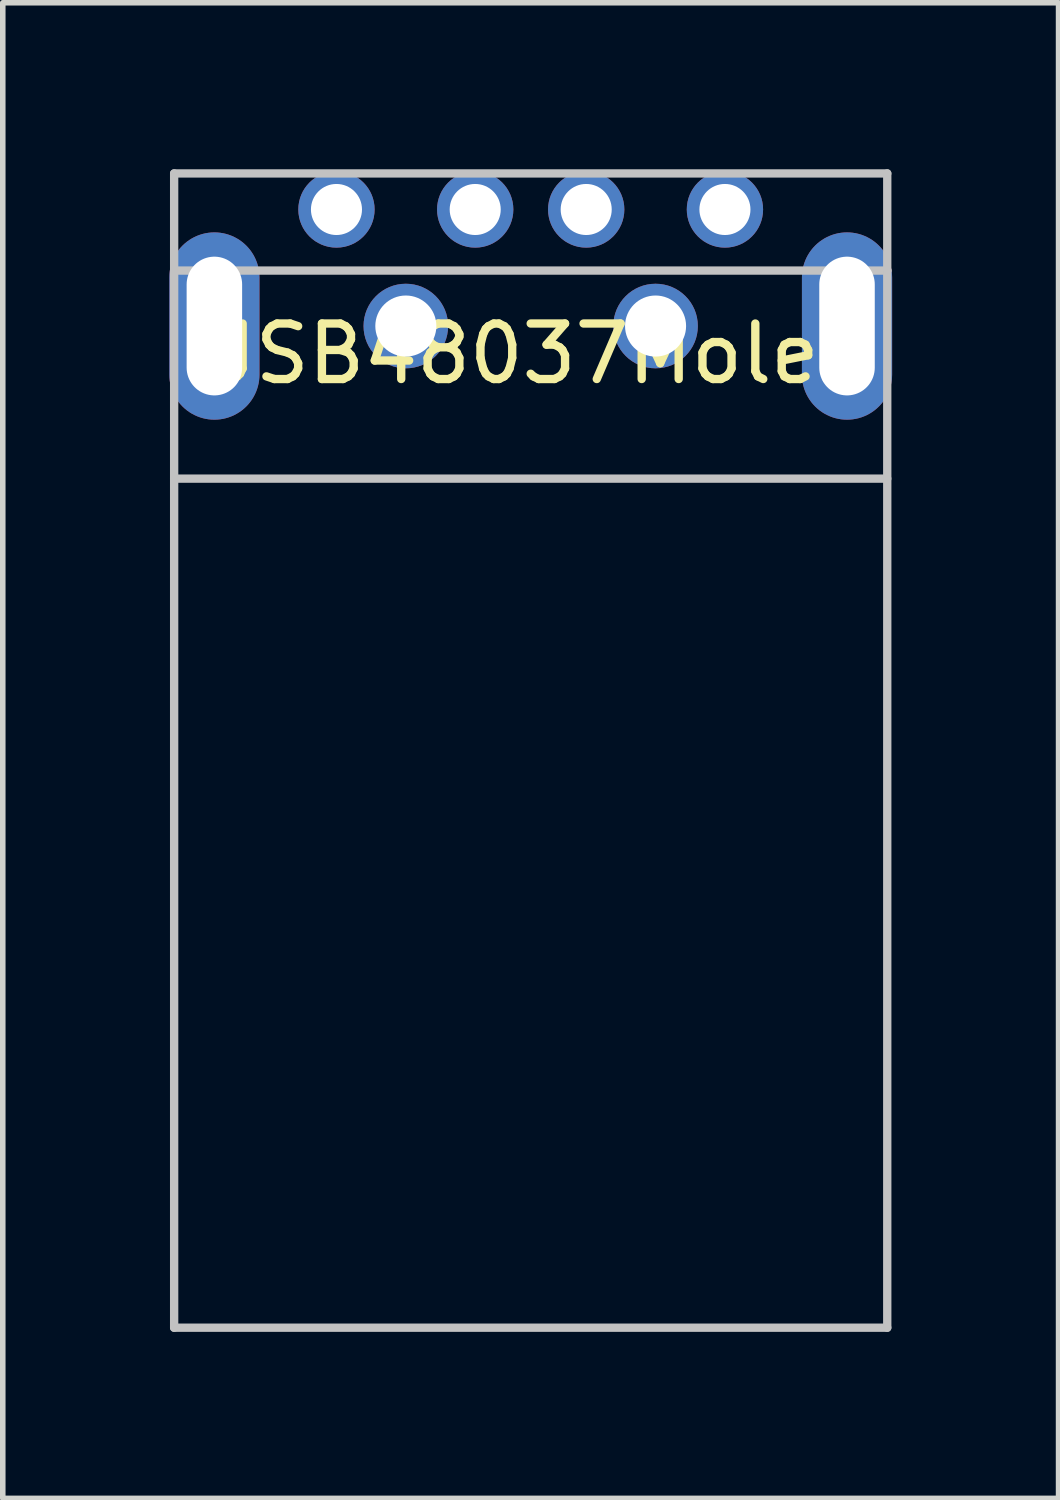
<source format=kicad_pcb>
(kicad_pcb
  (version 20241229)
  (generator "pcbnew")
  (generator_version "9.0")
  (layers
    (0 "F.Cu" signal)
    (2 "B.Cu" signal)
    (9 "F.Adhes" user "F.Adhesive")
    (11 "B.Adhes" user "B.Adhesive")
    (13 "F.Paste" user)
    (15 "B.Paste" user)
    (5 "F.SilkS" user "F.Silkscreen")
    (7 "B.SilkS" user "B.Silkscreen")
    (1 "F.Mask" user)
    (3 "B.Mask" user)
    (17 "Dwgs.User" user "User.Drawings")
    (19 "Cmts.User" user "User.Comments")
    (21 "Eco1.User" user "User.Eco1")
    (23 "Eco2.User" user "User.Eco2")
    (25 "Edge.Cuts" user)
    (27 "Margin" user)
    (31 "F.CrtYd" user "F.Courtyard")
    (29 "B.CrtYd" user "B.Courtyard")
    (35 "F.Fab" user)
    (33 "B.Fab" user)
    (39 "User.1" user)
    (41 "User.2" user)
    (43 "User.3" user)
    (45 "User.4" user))
  (footprint "USB48037Molex"
    (layer "F.Cu")
    (at 6.513 2.825)
    (property "Reference" "USB48037Molex" (at 0 0.5 0) (layer "F.SilkS") (effects (font (size 1 1) (thickness 0.15))))
    (attr through_hole)
    (fp_line (start -6.425 -2.75) (end -6.425 -1) (stroke (width 0.15) (type solid)) (layer "Dwgs.User"))
    (fp_line (start -6.425 -2.75) (end 6.425 -2.75) (stroke (width 0.15) (type solid)) (layer "Dwgs.User"))
    (fp_line (start -6.425 -1) (end -6.425 18.05) (stroke (width 0.15) (type solid)) (layer "Dwgs.User"))
    (fp_line (start -6.425 2.75) (end 6.425 2.75) (stroke (width 0.15) (type solid)) (layer "Dwgs.User"))
    (fp_line (start -6.425 18.05) (end 6.425 18.05) (stroke (width 0.15) (type solid)) (layer "Dwgs.User"))
    (fp_line (start 6.425 -2.75) (end 6.425 -1) (stroke (width 0.15) (type solid)) (layer "Dwgs.User"))
    (fp_line (start 6.425 -1) (end -6.425 -1) (stroke (width 0.15) (type solid)) (layer "Dwgs.User"))
    (fp_line (start 6.425 18.05) (end 6.425 -1) (stroke (width 0.15) (type solid)) (layer "Dwgs.User"))
    (pad "1" thru_hole circle (at 3.5 -2.1) (size 1.375 1.375) (drill 0.92) (layers "*.Cu" "*.Mask"))
    (pad "2" thru_hole circle (at 1 -2.1) (size 1.375 1.375) (drill 0.92) (layers "*.Cu" "*.Mask"))
    (pad "3" thru_hole circle (at -1 -2.1) (size 1.375 1.375) (drill 0.92) (layers "*.Cu" "*.Mask"))
    (pad "4" thru_hole circle (at -3.5 -2.1) (size 1.375 1.375) (drill 0.92) (layers "*.Cu" "*.Mask"))
    (pad "5" thru_hole oval (at -5.7 0) (size 1.625 3.375) (drill oval 1 2.5) (layers "*.Cu" "*.Mask"))
    (pad "5" thru_hole circle (at -2.25 0) (size 1.524 1.524) (drill 1.1) (layers "*.Cu" "*.Mask"))
    (pad "5" thru_hole circle (at 2.25 0) (size 1.524 1.524) (drill 1.1) (layers "*.Cu" "*.Mask"))
    (pad "5" thru_hole oval (at 5.7 0) (size 1.625 3.375) (drill oval 1 2.5) (layers "*.Cu" "*.Mask")))
  (gr_rect
    (start -3 -3)
    (end 16.025 23.95)
    (stroke (width 0.1) (type default))
    (fill no)
    (layer "Edge.Cuts")))
</source>
